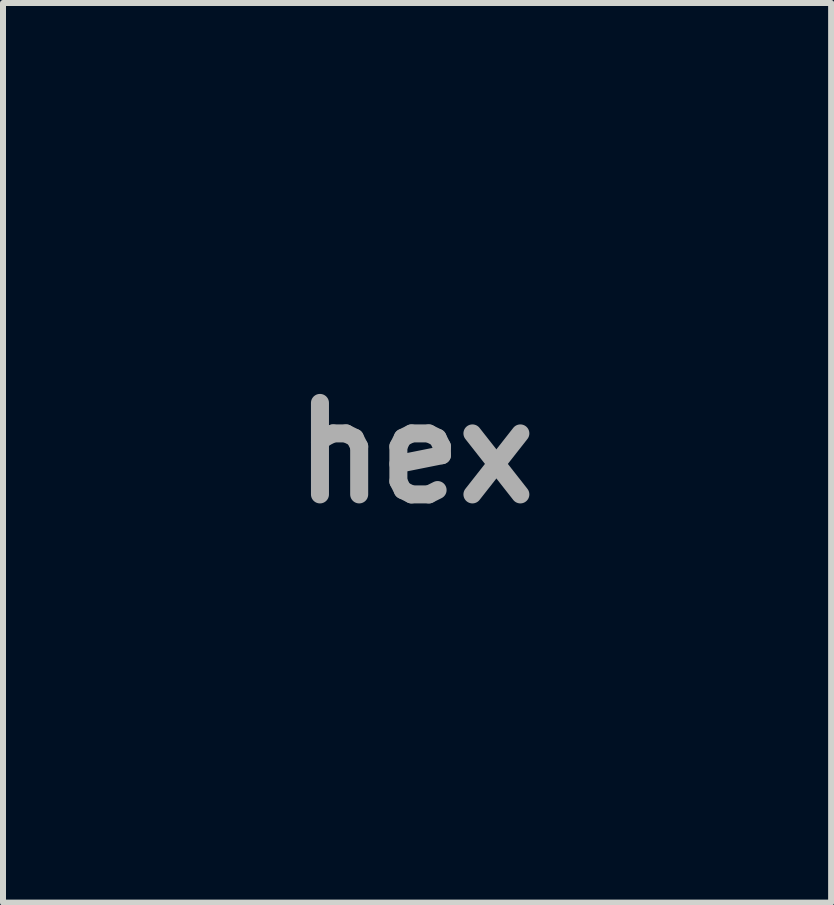
<source format=kicad_pcb>
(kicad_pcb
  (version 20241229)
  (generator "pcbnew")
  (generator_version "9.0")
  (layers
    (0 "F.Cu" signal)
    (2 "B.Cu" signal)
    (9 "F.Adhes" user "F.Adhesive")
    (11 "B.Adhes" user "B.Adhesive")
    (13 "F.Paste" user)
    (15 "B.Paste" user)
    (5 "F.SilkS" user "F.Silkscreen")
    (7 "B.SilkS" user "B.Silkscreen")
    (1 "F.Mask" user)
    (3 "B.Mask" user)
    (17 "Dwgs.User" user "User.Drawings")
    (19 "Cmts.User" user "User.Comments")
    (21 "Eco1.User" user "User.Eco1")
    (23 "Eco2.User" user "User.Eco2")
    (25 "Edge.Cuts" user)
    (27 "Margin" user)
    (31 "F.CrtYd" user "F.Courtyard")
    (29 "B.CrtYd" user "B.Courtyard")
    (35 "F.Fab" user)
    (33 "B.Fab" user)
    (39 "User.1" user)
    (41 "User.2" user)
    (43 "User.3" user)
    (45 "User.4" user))
  (footprint "hex"
    (layer "F.Cu")
    (at 3.877 4.497)
    (property "Reference" "hex" (at 0 0 0) (layer "F.Fab") (effects (font (size 1.524 1.524) (thickness 0.3))))
    (attr board_only exclude_from_pos_files exclude_from_bom)
    (fp_poly (pts (xy 0.034 -4.487) (xy 0.089 -4.457) (xy 0.177 -4.408) (xy 0.293 -4.343) (xy 0.437 -4.261) (xy 0.605 -4.166) (xy 0.795 -4.057) (xy 1.005 -3.937) (xy 1.232 -3.806) (xy 1.474 -3.667) (xy 1.729 -3.521) (xy 1.978 -3.377) (xy 3.919 -2.257) (xy 3.914 -0.002) (xy 3.909 2.252) (xy 1.97 3.372) (xy 1.706 3.524) (xy 1.453 3.67) (xy 1.212 3.808) (xy 0.986 3.938) (xy 0.778 4.057) (xy 0.589 4.165) (xy 0.423 4.26) (xy 0.281 4.34) (xy 0.167 4.405) (xy 0.082 4.452) (xy 0.029 4.481) (xy 0.011 4.489) (xy -0.01 4.479) (xy -0.065 4.448) (xy -0.152 4.4) (xy -0.269 4.334) (xy -0.412 4.252) (xy -0.58 4.156) (xy -0.77 4.047) (xy -0.979 3.927) (xy -1.206 3.797) (xy -1.448 3.658) (xy -1.702 3.511) (xy -1.943 3.372) (xy -3.875 2.256) (xy -3.876 -0.003) (xy -3.877 -2.262) (xy -1.944 -3.379) (xy -1.68 -3.531) (xy -1.427 -3.677) (xy -1.186 -3.816) (xy -0.961 -3.946) (xy -0.752 -4.065) (xy -0.564 -4.173) (xy -0.398 -4.267) (xy -0.257 -4.348) (xy -0.142 -4.412) (xy -0.058 -4.46) (xy -0.005 -4.488) (xy 0.013 -4.497)) (stroke (width 0) (type solid)) (fill yes) (layer "F.Mask")))
  (gr_rect
    (start -3 -3)
    (end 10.796 11.987)
    (stroke (width 0.1) (type default))
    (fill no)
    (layer "Edge.Cuts")))
</source>
